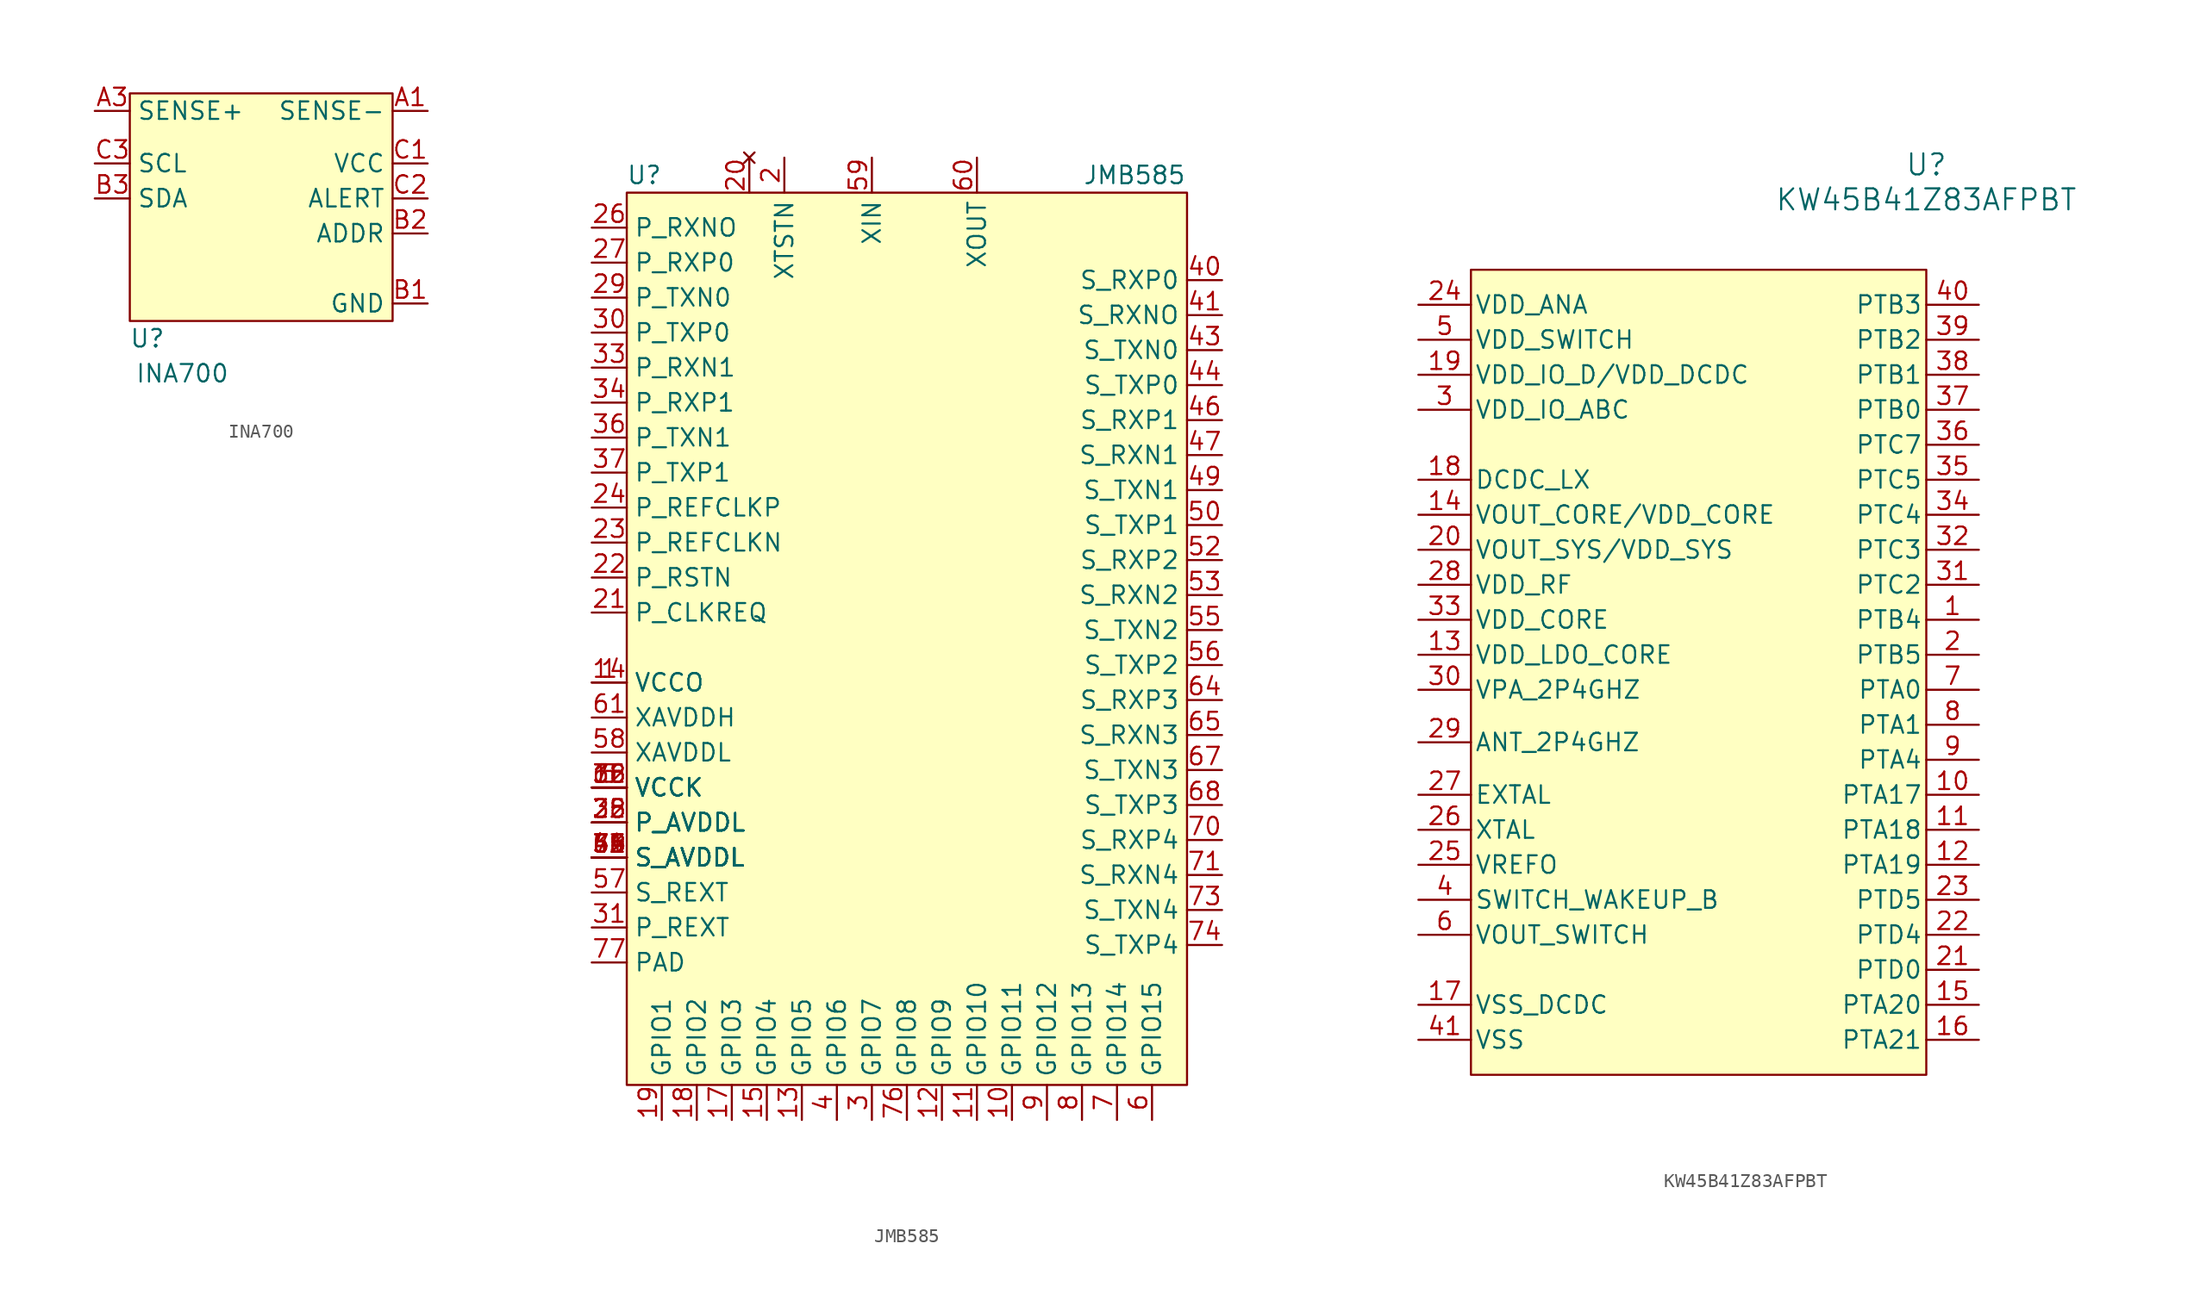
<source format=kicad_sym>
(kicad_symbol_lib
  (version 20220914)
  (generator kicad_symbol_editor)
  (symbol "INA700"
    (property "Reference" "U"
      (at 1.27 -1.27 0)
      (effects (font (size 1.27 1.27))))
    (property "Value" "INA700"
      (at 3.81 -3.81 0)
      (effects (font (size 1.27 1.27))))
    (symbol "INA700_1_1"
      (rectangle (start 0 16.51) (end 19.05 0) (stroke (width 0) (type default)) (fill (type background)))
      (pin input line (at 21.59 15.24 180) (length 2.54) (name "SENSE-" (effects (font (size 1.27 1.27)))) (number "A1" (effects (font (size 1.27 1.27)))))
      (pin input line (at -2.54 15.24 0) (length 2.54) (name "SENSE+" (effects (font (size 1.27 1.27)))) (number "A3" (effects (font (size 1.27 1.27)))))
      (pin input line (at 21.59 1.27 180) (length 2.54) (name "GND" (effects (font (size 1.27 1.27)))) (number "B1" (effects (font (size 1.27 1.27)))))
      (pin input line (at 21.59 6.35 180) (length 2.54) (name "ADDR" (effects (font (size 1.27 1.27)))) (number "B2" (effects (font (size 1.27 1.27)))))
      (pin input line (at -2.54 8.89 0) (length 2.54) (name "SDA" (effects (font (size 1.27 1.27)))) (number "B3" (effects (font (size 1.27 1.27)))))
      (pin input line (at 21.59 11.43 180) (length 2.54) (name "VCC" (effects (font (size 1.27 1.27)))) (number "C1" (effects (font (size 1.27 1.27)))))
      (pin input line (at 21.59 8.89 180) (length 2.54) (name "ALERT" (effects (font (size 1.27 1.27)))) (number "C2" (effects (font (size 1.27 1.27)))))
      (pin input line (at -2.54 11.43 0) (length 2.54) (name "SCL" (effects (font (size 1.27 1.27)))) (number "C3" (effects (font (size 1.27 1.27)))))))
  (symbol "JMB585"
    (property "Reference" "U"
      (at 1.27 66.04 0)
      (effects (font (size 1.27 1.27))))
    (property "Value" "JMB585"
      (at 36.83 66.04 0)
      (effects (font (size 1.27 1.27))))
    (symbol "JMB585_1_0"
      (pin power_in line (at -2.54 29.21 0) (length 2.54) (name "VCCO" (effects (font (size 1.27 1.27)))) (number "1" (effects (font (size 1.27 1.27)))))
      (pin input line (at 27.94 -2.54 90) (length 2.54) (name "GPIO11" (effects (font (size 1.27 1.27)))) (number "10" (effects (font (size 1.27 1.27)))))
      (pin input line (at 25.4 -2.54 90) (length 2.54) (name "GPIO10" (effects (font (size 1.27 1.27)))) (number "11" (effects (font (size 1.27 1.27)))))
      (pin input line (at 22.86 -2.54 90) (length 2.54) (name "GPIO9" (effects (font (size 1.27 1.27)))) (number "12" (effects (font (size 1.27 1.27)))))
      (pin input line (at 12.7 -2.54 90) (length 2.54) (name "GPIO5" (effects (font (size 1.27 1.27)))) (number "13" (effects (font (size 1.27 1.27)))))
      (pin power_in line (at -2.54 29.21 0) (length 2.54) (name "VCCO" (effects (font (size 1.27 1.27)))) (number "14" (effects (font (size 1.27 1.27)))))
      (pin input line (at 10.16 -2.54 90) (length 2.54) (name "GPIO4" (effects (font (size 1.27 1.27)))) (number "15" (effects (font (size 1.27 1.27)))))
      (pin power_in line (at -2.54 21.59 0) (length 2.54) (name "VCCK" (effects (font (size 1.27 1.27)))) (number "16" (effects (font (size 1.27 1.27)))))
      (pin input line (at 7.62 -2.54 90) (length 2.54) (name "GPIO3" (effects (font (size 1.27 1.27)))) (number "17" (effects (font (size 1.27 1.27)))))
      (pin input line (at 5.08 -2.54 90) (length 2.54) (name "GPIO2" (effects (font (size 1.27 1.27)))) (number "18" (effects (font (size 1.27 1.27)))))
      (pin input line (at 2.54 -2.54 90) (length 2.54) (name "GPIO1" (effects (font (size 1.27 1.27)))) (number "19" (effects (font (size 1.27 1.27)))))
      (pin no_connect line (at 8.89 67.31 270) (length 2.54) (name "" (effects (font (size 1.27 1.27)))) (number "20" (effects (font (size 1.27 1.27)))))
      (pin input line (at -2.54 34.29 0) (length 2.54) (name "P_CLKREQ" (effects (font (size 1.27 1.27)))) (number "21" (effects (font (size 1.27 1.27)))))
      (pin input line (at -2.54 36.83 0) (length 2.54) (name "P_RSTN" (effects (font (size 1.27 1.27)))) (number "22" (effects (font (size 1.27 1.27)))))
      (pin input line (at -2.54 39.37 0) (length 2.54) (name "P_REFCLKN" (effects (font (size 1.27 1.27)))) (number "23" (effects (font (size 1.27 1.27)))))
      (pin input line (at -2.54 41.91 0) (length 2.54) (name "P_REFCLKP" (effects (font (size 1.27 1.27)))) (number "24" (effects (font (size 1.27 1.27)))))
      (pin power_in line (at -2.54 19.05 0) (length 2.54) (name "P_AVDDL" (effects (font (size 1.27 1.27)))) (number "25" (effects (font (size 1.27 1.27)))))
      (pin input line (at -2.54 62.23 0) (length 2.54) (name "P_RXNO" (effects (font (size 1.27 1.27)))) (number "26" (effects (font (size 1.27 1.27)))))
      (pin input line (at -2.54 59.69 0) (length 2.54) (name "P_RXP0" (effects (font (size 1.27 1.27)))) (number "27" (effects (font (size 1.27 1.27)))))
      (pin power_in line (at -2.54 19.05 0) (length 2.54) (name "P_AVDDL" (effects (font (size 1.27 1.27)))) (number "28" (effects (font (size 1.27 1.27)))))
      (pin input line (at -2.54 57.15 0) (length 2.54) (name "P_TXN0" (effects (font (size 1.27 1.27)))) (number "29" (effects (font (size 1.27 1.27)))))
      (pin input line (at -2.54 54.61 0) (length 2.54) (name "P_TXP0" (effects (font (size 1.27 1.27)))) (number "30" (effects (font (size 1.27 1.27)))))
      (pin input line (at -2.54 11.43 0) (length 2.54) (name "P_REXT" (effects (font (size 1.27 1.27)))) (number "31" (effects (font (size 1.27 1.27)))))
      (pin power_in line (at -2.54 19.05 0) (length 2.54) (name "P_AVDDL" (effects (font (size 1.27 1.27)))) (number "32" (effects (font (size 1.27 1.27)))))
      (pin input line (at -2.54 52.07 0) (length 2.54) (name "P_RXN1" (effects (font (size 1.27 1.27)))) (number "33" (effects (font (size 1.27 1.27)))))
      (pin input line (at -2.54 49.53 0) (length 2.54) (name "P_RXP1" (effects (font (size 1.27 1.27)))) (number "34" (effects (font (size 1.27 1.27)))))
      (pin power_in line (at -2.54 19.05 0) (length 2.54) (name "P_AVDDL" (effects (font (size 1.27 1.27)))) (number "35" (effects (font (size 1.27 1.27)))))
      (pin input line (at -2.54 46.99 0) (length 2.54) (name "P_TXN1" (effects (font (size 1.27 1.27)))) (number "36" (effects (font (size 1.27 1.27)))))
      (pin input line (at -2.54 44.45 0) (length 2.54) (name "P_TXP1" (effects (font (size 1.27 1.27)))) (number "37" (effects (font (size 1.27 1.27)))))
      (pin power_in line (at -2.54 21.59 0) (length 2.54) (name "VCCK" (effects (font (size 1.27 1.27)))) (number "38" (effects (font (size 1.27 1.27)))))
      (pin power_in line (at -2.54 16.51 0) (length 2.54) (name "S_AVDDL" (effects (font (size 1.27 1.27)))) (number "39" (effects (font (size 1.27 1.27)))))
      (pin input line (at 15.24 -2.54 90) (length 2.54) (name "GPIO6" (effects (font (size 1.27 1.27)))) (number "4" (effects (font (size 1.27 1.27)))))
      (pin input line (at 43.18 58.42 180) (length 2.54) (name "S_RXP0" (effects (font (size 1.27 1.27)))) (number "40" (effects (font (size 1.27 1.27)))))
      (pin input line (at 43.18 55.88 180) (length 2.54) (name "S_RXNO" (effects (font (size 1.27 1.27)))) (number "41" (effects (font (size 1.27 1.27)))))
      (pin power_in line (at -2.54 16.51 0) (length 2.54) (name "S_AVDDL" (effects (font (size 1.27 1.27)))) (number "42" (effects (font (size 1.27 1.27)))))
      (pin input line (at 43.18 53.34 180) (length 2.54) (name "S_TXN0" (effects (font (size 1.27 1.27)))) (number "43" (effects (font (size 1.27 1.27)))))
      (pin input line (at 43.18 50.8 180) (length 2.54) (name "S_TXP0" (effects (font (size 1.27 1.27)))) (number "44" (effects (font (size 1.27 1.27)))))
      (pin power_in line (at -2.54 16.51 0) (length 2.54) (name "S_AVDDL" (effects (font (size 1.27 1.27)))) (number "45" (effects (font (size 1.27 1.27)))))
      (pin input line (at 43.18 48.26 180) (length 2.54) (name "S_RXP1" (effects (font (size 1.27 1.27)))) (number "46" (effects (font (size 1.27 1.27)))))
      (pin input line (at 43.18 45.72 180) (length 2.54) (name "S_RXN1" (effects (font (size 1.27 1.27)))) (number "47" (effects (font (size 1.27 1.27)))))
      (pin power_in line (at -2.54 16.51 0) (length 2.54) (name "S_AVDDL" (effects (font (size 1.27 1.27)))) (number "48" (effects (font (size 1.27 1.27)))))
      (pin input line (at 43.18 43.18 180) (length 2.54) (name "S_TXN1" (effects (font (size 1.27 1.27)))) (number "49" (effects (font (size 1.27 1.27)))))
      (pin power_in line (at -2.54 21.59 0) (length 2.54) (name "VCCK" (effects (font (size 1.27 1.27)))) (number "5" (effects (font (size 1.27 1.27)))))
      (pin input line (at 43.18 40.64 180) (length 2.54) (name "S_TXP1" (effects (font (size 1.27 1.27)))) (number "50" (effects (font (size 1.27 1.27)))))
      (pin power_in line (at -2.54 16.51 0) (length 2.54) (name "S_AVDDL" (effects (font (size 1.27 1.27)))) (number "51" (effects (font (size 1.27 1.27)))))
      (pin input line (at 43.18 38.1 180) (length 2.54) (name "S_RXP2" (effects (font (size 1.27 1.27)))) (number "52" (effects (font (size 1.27 1.27)))))
      (pin input line (at 43.18 35.56 180) (length 2.54) (name "S_RXN2" (effects (font (size 1.27 1.27)))) (number "53" (effects (font (size 1.27 1.27)))))
      (pin power_in line (at -2.54 16.51 0) (length 2.54) (name "S_AVDDL" (effects (font (size 1.27 1.27)))) (number "54" (effects (font (size 1.27 1.27)))))
      (pin input line (at 43.18 33.02 180) (length 2.54) (name "S_TXN2" (effects (font (size 1.27 1.27)))) (number "55" (effects (font (size 1.27 1.27)))))
      (pin input line (at 43.18 30.48 180) (length 2.54) (name "S_TXP2" (effects (font (size 1.27 1.27)))) (number "56" (effects (font (size 1.27 1.27)))))
      (pin input line (at -2.54 13.97 0) (length 2.54) (name "S_REXT" (effects (font (size 1.27 1.27)))) (number "57" (effects (font (size 1.27 1.27)))))
      (pin input line (at -2.54 24.13 0) (length 2.54) (name "XAVDDL" (effects (font (size 1.27 1.27)))) (number "58" (effects (font (size 1.27 1.27)))))
      (pin input line (at 17.78 67.31 270) (length 2.54) (name "XIN" (effects (font (size 1.27 1.27)))) (number "59" (effects (font (size 1.27 1.27)))))
      (pin input line (at 38.1 -2.54 90) (length 2.54) (name "GPIO15" (effects (font (size 1.27 1.27)))) (number "6" (effects (font (size 1.27 1.27)))))
      (pin input line (at 25.4 67.31 270) (length 2.54) (name "XOUT" (effects (font (size 1.27 1.27)))) (number "60" (effects (font (size 1.27 1.27)))))
      (pin input line (at -2.54 26.67 0) (length 2.54) (name "XAVDDH" (effects (font (size 1.27 1.27)))) (number "61" (effects (font (size 1.27 1.27)))))
      (pin power_in line (at -2.54 21.59 0) (length 2.54) (name "VCCK" (effects (font (size 1.27 1.27)))) (number "62" (effects (font (size 1.27 1.27)))))
      (pin power_in line (at -2.54 16.51 0) (length 2.54) (name "S_AVDDL" (effects (font (size 1.27 1.27)))) (number "63" (effects (font (size 1.27 1.27)))))
      (pin input line (at 43.18 27.94 180) (length 2.54) (name "S_RXP3" (effects (font (size 1.27 1.27)))) (number "64" (effects (font (size 1.27 1.27)))))
      (pin input line (at 43.18 25.4 180) (length 2.54) (name "S_RXN3" (effects (font (size 1.27 1.27)))) (number "65" (effects (font (size 1.27 1.27)))))
      (pin power_in line (at -2.54 16.51 0) (length 2.54) (name "S_AVDDL" (effects (font (size 1.27 1.27)))) (number "66" (effects (font (size 1.27 1.27)))))
      (pin input line (at 43.18 22.86 180) (length 2.54) (name "S_TXN3" (effects (font (size 1.27 1.27)))) (number "67" (effects (font (size 1.27 1.27)))))
      (pin input line (at 43.18 20.32 180) (length 2.54) (name "S_TXP3" (effects (font (size 1.27 1.27)))) (number "68" (effects (font (size 1.27 1.27)))))
      (pin power_in line (at -2.54 16.51 0) (length 2.54) (name "S_AVDDL" (effects (font (size 1.27 1.27)))) (number "69" (effects (font (size 1.27 1.27)))))
      (pin input line (at 35.56 -2.54 90) (length 2.54) (name "GPIO14" (effects (font (size 1.27 1.27)))) (number "7" (effects (font (size 1.27 1.27)))))
      (pin input line (at 43.18 17.78 180) (length 2.54) (name "S_RXP4" (effects (font (size 1.27 1.27)))) (number "70" (effects (font (size 1.27 1.27)))))
      (pin input line (at 43.18 15.24 180) (length 2.54) (name "S_RXN4" (effects (font (size 1.27 1.27)))) (number "71" (effects (font (size 1.27 1.27)))))
      (pin power_in line (at -2.54 16.51 0) (length 2.54) (name "S_AVDDL" (effects (font (size 1.27 1.27)))) (number "72" (effects (font (size 1.27 1.27)))))
      (pin input line (at 43.18 12.7 180) (length 2.54) (name "S_TXN4" (effects (font (size 1.27 1.27)))) (number "73" (effects (font (size 1.27 1.27)))))
      (pin input line (at 43.18 10.16 180) (length 2.54) (name "S_TXP4" (effects (font (size 1.27 1.27)))) (number "74" (effects (font (size 1.27 1.27)))))
      (pin power_in line (at -2.54 21.59 0) (length 2.54) (name "VCCK" (effects (font (size 1.27 1.27)))) (number "75" (effects (font (size 1.27 1.27)))))
      (pin input line (at 20.32 -2.54 90) (length 2.54) (name "GPIO8" (effects (font (size 1.27 1.27)))) (number "76" (effects (font (size 1.27 1.27)))))
      (pin input line (at 33.02 -2.54 90) (length 2.54) (name "GPIO13" (effects (font (size 1.27 1.27)))) (number "8" (effects (font (size 1.27 1.27)))))
      (pin input line (at 30.48 -2.54 90) (length 2.54) (name "GPIO12" (effects (font (size 1.27 1.27)))) (number "9" (effects (font (size 1.27 1.27))))))
    (symbol "JMB585_1_1"
      (rectangle (start 0 64.77) (end 40.64 0) (stroke (width 0) (type default)) (fill (type background)))
      (pin input line (at 11.43 67.31 270) (length 2.54) (name "XTSTN" (effects (font (size 1.27 1.27)))) (number "2" (effects (font (size 1.27 1.27)))))
      (pin input line (at 17.78 -2.54 90) (length 2.54) (name "GPIO7" (effects (font (size 1.27 1.27)))) (number "3" (effects (font (size 1.27 1.27)))))
      (pin power_in line (at -2.54 8.89 0) (length 2.54) (name "PAD" (effects (font (size 1.27 1.27)))) (number "77" (effects (font (size 1.27 1.27)))))))
  (symbol "KW45B41Z83AFPBT"
    (pin_names
      (offset 0.254))
    (property "Reference" "U"
      (at 40.64 10.16 0)
      (effects (font (size 1.524 1.524))))
    (property "Value" "KW45B41Z83AFPBT"
      (at 40.64 7.62 0)
      (effects (font (size 1.524 1.524))))
    (symbol "KW45B41Z83AFPBT_0_1"
      (pin bidirectional line (at 44.45 -22.86 180) (length 3.81) (name "PTB4" (effects (font (size 1.27 1.27)))) (number "1" (effects (font (size 1.27 1.27)))))
      (pin bidirectional line (at 44.45 -35.56 180) (length 3.81) (name "PTA17" (effects (font (size 1.27 1.27)))) (number "10" (effects (font (size 1.27 1.27)))))
      (pin bidirectional line (at 44.45 -38.1 180) (length 3.81) (name "PTA18" (effects (font (size 1.27 1.27)))) (number "11" (effects (font (size 1.27 1.27)))))
      (pin bidirectional line (at 44.45 -40.64 180) (length 3.81) (name "PTA19" (effects (font (size 1.27 1.27)))) (number "12" (effects (font (size 1.27 1.27)))))
      (pin power_in line (at 3.81 -25.4 0) (length 3.81) (name "VDD_LDO_CORE" (effects (font (size 1.27 1.27)))) (number "13" (effects (font (size 1.27 1.27)))))
      (pin power_in line (at 3.81 -15.24 0) (length 3.81) (name "VOUT_CORE/VDD_CORE" (effects (font (size 1.27 1.27)))) (number "14" (effects (font (size 1.27 1.27)))))
      (pin bidirectional line (at 44.45 -50.8 180) (length 3.81) (name "PTA20" (effects (font (size 1.27 1.27)))) (number "15" (effects (font (size 1.27 1.27)))))
      (pin bidirectional line (at 44.45 -53.34 180) (length 3.81) (name "PTA21" (effects (font (size 1.27 1.27)))) (number "16" (effects (font (size 1.27 1.27)))))
      (pin power_in line (at 3.81 -50.8 0) (length 3.81) (name "VSS_DCDC" (effects (font (size 1.27 1.27)))) (number "17" (effects (font (size 1.27 1.27)))))
      (pin power_in line (at 3.81 -12.7 0) (length 3.81) (name "DCDC_LX" (effects (font (size 1.27 1.27)))) (number "18" (effects (font (size 1.27 1.27)))))
      (pin power_in line (at 3.81 -5.08 0) (length 3.81) (name "VDD_IO_D/VDD_DCDC" (effects (font (size 1.27 1.27)))) (number "19" (effects (font (size 1.27 1.27)))))
      (pin bidirectional line (at 44.45 -25.4 180) (length 3.81) (name "PTB5" (effects (font (size 1.27 1.27)))) (number "2" (effects (font (size 1.27 1.27)))))
      (pin power_in line (at 3.81 -17.78 0) (length 3.81) (name "VOUT_SYS/VDD_SYS" (effects (font (size 1.27 1.27)))) (number "20" (effects (font (size 1.27 1.27)))))
      (pin bidirectional line (at 44.45 -48.26 180) (length 3.81) (name "PTD0" (effects (font (size 1.27 1.27)))) (number "21" (effects (font (size 1.27 1.27)))))
      (pin bidirectional line (at 44.45 -45.72 180) (length 3.81) (name "PTD4" (effects (font (size 1.27 1.27)))) (number "22" (effects (font (size 1.27 1.27)))))
      (pin bidirectional line (at 44.45 -43.18 180) (length 3.81) (name "PTD5" (effects (font (size 1.27 1.27)))) (number "23" (effects (font (size 1.27 1.27)))))
      (pin power_in line (at 3.81 0 0) (length 3.81) (name "VDD_ANA" (effects (font (size 1.27 1.27)))) (number "24" (effects (font (size 1.27 1.27)))))
      (pin power_in line (at 3.81 -40.64 0) (length 3.81) (name "VREFO" (effects (font (size 1.27 1.27)))) (number "25" (effects (font (size 1.27 1.27)))))
      (pin unspecified line (at 3.81 -38.1 0) (length 3.81) (name "XTAL" (effects (font (size 1.27 1.27)))) (number "26" (effects (font (size 1.27 1.27)))))
      (pin unspecified line (at 3.81 -35.56 0) (length 3.81) (name "EXTAL" (effects (font (size 1.27 1.27)))) (number "27" (effects (font (size 1.27 1.27)))))
      (pin power_in line (at 3.81 -20.32 0) (length 3.81) (name "VDD_RF" (effects (font (size 1.27 1.27)))) (number "28" (effects (font (size 1.27 1.27)))))
      (pin unspecified line (at 3.81 -31.75 0) (length 3.81) (name "ANT_2P4GHZ" (effects (font (size 1.27 1.27)))) (number "29" (effects (font (size 1.27 1.27)))))
      (pin power_in line (at 3.81 -7.62 0) (length 3.81) (name "VDD_IO_ABC" (effects (font (size 1.27 1.27)))) (number "3" (effects (font (size 1.27 1.27)))))
      (pin unspecified line (at 3.81 -27.94 0) (length 3.81) (name "VPA_2P4GHZ" (effects (font (size 1.27 1.27)))) (number "30" (effects (font (size 1.27 1.27)))))
      (pin bidirectional line (at 44.45 -20.32 180) (length 3.81) (name "PTC2" (effects (font (size 1.27 1.27)))) (number "31" (effects (font (size 1.27 1.27)))))
      (pin bidirectional line (at 44.45 -17.78 180) (length 3.81) (name "PTC3" (effects (font (size 1.27 1.27)))) (number "32" (effects (font (size 1.27 1.27)))))
      (pin power_in line (at 3.81 -22.86 0) (length 3.81) (name "VDD_CORE" (effects (font (size 1.27 1.27)))) (number "33" (effects (font (size 1.27 1.27)))))
      (pin bidirectional line (at 44.45 -15.24 180) (length 3.81) (name "PTC4" (effects (font (size 1.27 1.27)))) (number "34" (effects (font (size 1.27 1.27)))))
      (pin bidirectional line (at 44.45 -12.7 180) (length 3.81) (name "PTC5" (effects (font (size 1.27 1.27)))) (number "35" (effects (font (size 1.27 1.27)))))
      (pin bidirectional line (at 44.45 -10.16 180) (length 3.81) (name "PTC7" (effects (font (size 1.27 1.27)))) (number "36" (effects (font (size 1.27 1.27)))))
      (pin bidirectional line (at 44.45 -7.62 180) (length 3.81) (name "PTB0" (effects (font (size 1.27 1.27)))) (number "37" (effects (font (size 1.27 1.27)))))
      (pin bidirectional line (at 44.45 -5.08 180) (length 3.81) (name "PTB1" (effects (font (size 1.27 1.27)))) (number "38" (effects (font (size 1.27 1.27)))))
      (pin unspecified line (at 3.81 -43.18 0) (length 3.81) (name "SWITCH_WAKEUP_B" (effects (font (size 1.27 1.27)))) (number "4" (effects (font (size 1.27 1.27)))))
      (pin power_in line (at 3.81 -53.34 0) (length 3.81) (name "VSS" (effects (font (size 1.27 1.27)))) (number "41" (effects (font (size 1.27 1.27)))))
      (pin power_in line (at 3.81 -2.54 0) (length 3.81) (name "VDD_SWITCH" (effects (font (size 1.27 1.27)))) (number "5" (effects (font (size 1.27 1.27)))))
      (pin power_in line (at 3.81 -45.72 0) (length 3.81) (name "VOUT_SWITCH" (effects (font (size 1.27 1.27)))) (number "6" (effects (font (size 1.27 1.27)))))
      (pin bidirectional line (at 44.45 -27.94 180) (length 3.81) (name "PTA0" (effects (font (size 1.27 1.27)))) (number "7" (effects (font (size 1.27 1.27)))))
      (pin bidirectional line (at 44.45 -30.48 180) (length 3.81) (name "PTA1" (effects (font (size 1.27 1.27)))) (number "8" (effects (font (size 1.27 1.27)))))
      (pin bidirectional line (at 44.45 -33.02 180) (length 3.81) (name "PTA4" (effects (font (size 1.27 1.27)))) (number "9" (effects (font (size 1.27 1.27))))))
    (symbol "KW45B41Z83AFPBT_1_1"
      (rectangle (start 7.62 2.54) (end 40.64 -55.88) (stroke (width 0) (type default)) (fill (type background)))
      (pin bidirectional line (at 44.45 -2.54 180) (length 3.81) (name "PTB2" (effects (font (size 1.27 1.27)))) (number "39" (effects (font (size 1.27 1.27)))))
      (pin bidirectional line (at 44.45 0 180) (length 3.81) (name "PTB3" (effects (font (size 1.27 1.27)))) (number "40" (effects (font (size 1.27 1.27))))))))
</source>
